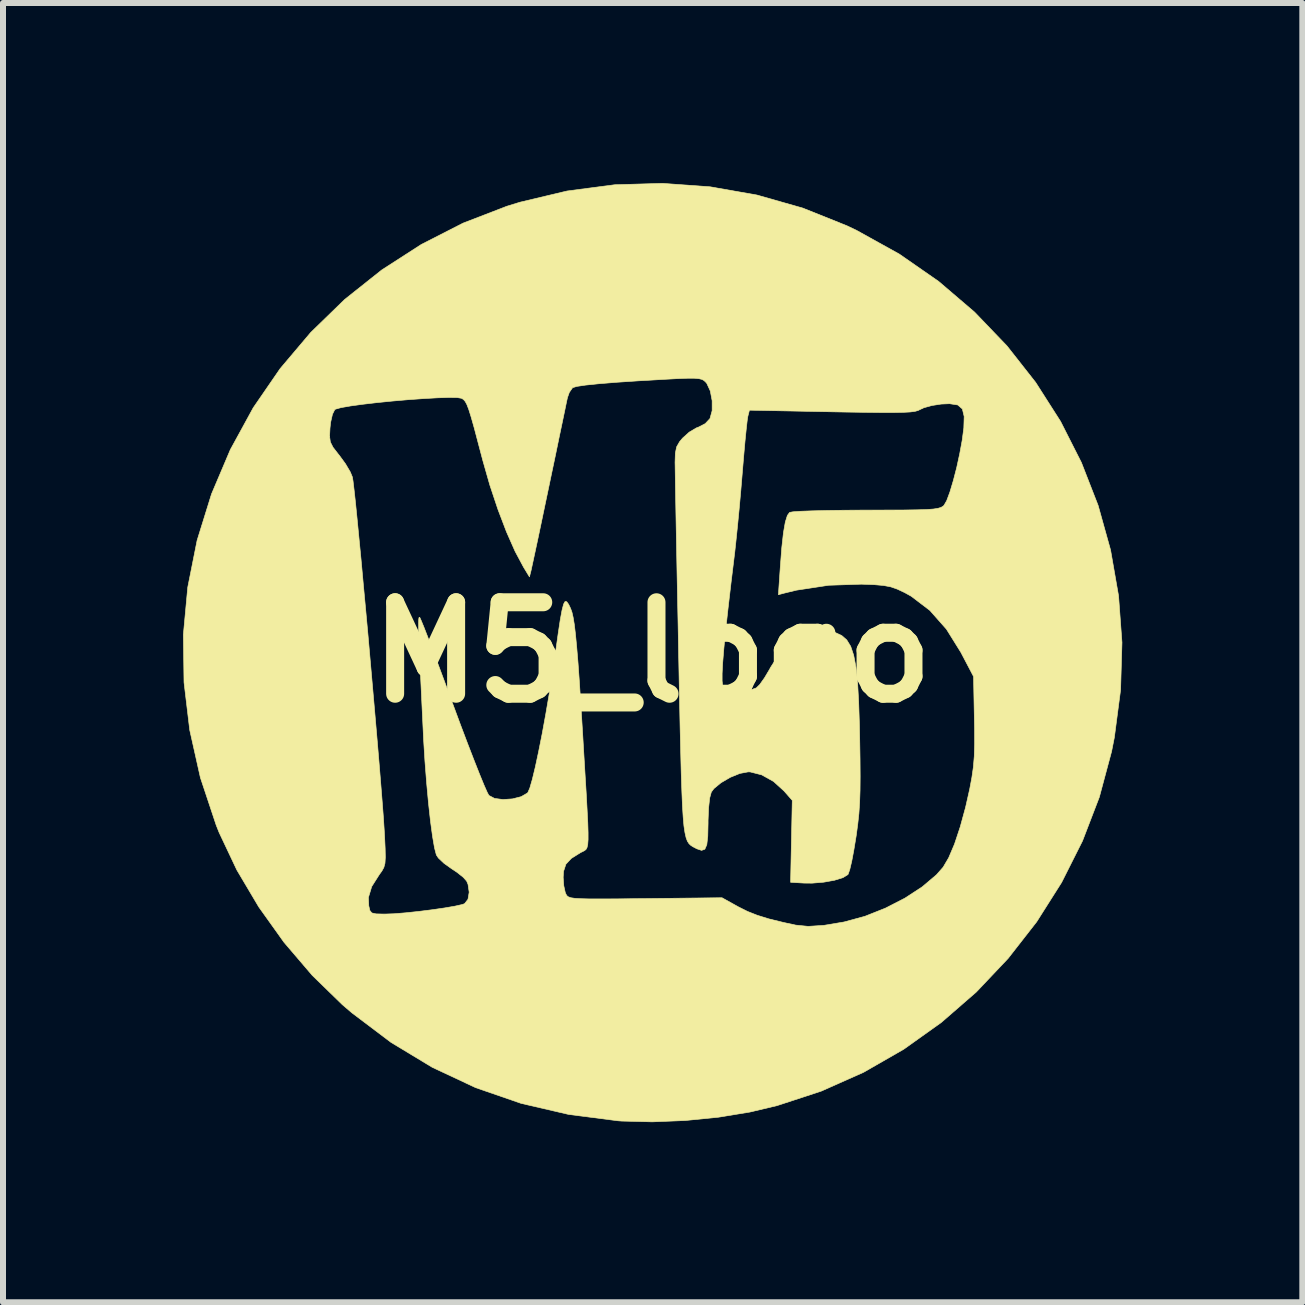
<source format=kicad_pcb>
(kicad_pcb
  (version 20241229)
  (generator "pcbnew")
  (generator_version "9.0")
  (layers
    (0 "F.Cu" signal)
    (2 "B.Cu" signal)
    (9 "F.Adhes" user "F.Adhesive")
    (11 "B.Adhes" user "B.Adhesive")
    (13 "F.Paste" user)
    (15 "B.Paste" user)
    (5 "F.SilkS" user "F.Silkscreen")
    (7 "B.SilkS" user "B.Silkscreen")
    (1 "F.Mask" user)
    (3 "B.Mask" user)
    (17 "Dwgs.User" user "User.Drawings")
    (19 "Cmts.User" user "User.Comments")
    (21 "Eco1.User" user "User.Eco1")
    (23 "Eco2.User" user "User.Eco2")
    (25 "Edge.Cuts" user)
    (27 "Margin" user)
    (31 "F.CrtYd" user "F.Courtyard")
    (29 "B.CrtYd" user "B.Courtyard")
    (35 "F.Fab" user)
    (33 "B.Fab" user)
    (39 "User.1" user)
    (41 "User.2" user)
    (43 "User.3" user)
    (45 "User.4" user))
  (footprint "M5_logo"
    (layer "F.Cu")
    (at 7.815 7.819)
    (property "Reference" "M5_logo" (at 0 0 0) (layer "F.SilkS") (effects (font (size 1.524 1.524) (thickness 0.3))))
    (attr through_hole)
    (fp_poly (pts (xy 0.965 -7.757) (xy 1.745 -7.62) (xy 2.508 -7.403) (xy 3.247 -7.107) (xy 3.408 -7.03) (xy 4.118 -6.636) (xy 4.773 -6.181) (xy 5.372 -5.669) (xy 5.912 -5.106) (xy 6.39 -4.498) (xy 6.805 -3.848) (xy 7.152 -3.163) (xy 7.431 -2.447) (xy 7.638 -1.705) (xy 7.771 -0.942) (xy 7.828 -0.164) (xy 7.805 0.624) (xy 7.701 1.418) (xy 7.655 1.651) (xy 7.451 2.411) (xy 7.171 3.14) (xy 6.822 3.834) (xy 6.407 4.489) (xy 5.931 5.099) (xy 5.4 5.66) (xy 4.818 6.166) (xy 4.191 6.613) (xy 3.522 6.997) (xy 2.816 7.311) (xy 2.08 7.552) (xy 1.628 7.659) (xy 1.103 7.745) (xy 0.55 7.8) (xy 0.002 7.822) (xy -0.509 7.809) (xy -0.572 7.804) (xy -1.392 7.698) (xy -2.183 7.514) (xy -2.941 7.252) (xy -3.664 6.913) (xy -4.352 6.497) (xy -5.002 6.006) (xy -5.16 5.871) (xy -5.663 5.381) (xy -6.132 4.832) (xy -6.554 4.241) (xy -6.919 3.626) (xy -7.214 3.002) (xy -7.263 2.879) (xy -7.526 2.088) (xy -7.704 1.294) (xy -7.799 0.499) (xy -7.81 -0.295) (xy -7.737 -1.084) (xy -7.581 -1.866) (xy -7.341 -2.638) (xy -7.027 -3.378) (xy -6.906 -3.599) (xy -5.374 -3.599) (xy -5.361 -3.504) (xy -5.317 -3.417) (xy -5.231 -3.306) (xy -5.21 -3.28) (xy -5.11 -3.143) (xy -5.029 -3.006) (xy -4.994 -2.921) (xy -4.983 -2.854) (xy -4.966 -2.712) (xy -4.943 -2.502) (xy -4.916 -2.233) (xy -4.885 -1.913) (xy -4.85 -1.552) (xy -4.814 -1.157) (xy -4.775 -0.737) (xy -4.735 -0.301) (xy -4.696 0.144) (xy -4.657 0.588) (xy -4.619 1.023) (xy -4.583 1.441) (xy -4.55 1.833) (xy -4.521 2.19) (xy -4.496 2.505) (xy -4.476 2.768) (xy -4.463 2.972) (xy -4.458 3.057) (xy -4.448 3.269) (xy -4.445 3.415) (xy -4.451 3.514) (xy -4.47 3.584) (xy -4.503 3.644) (xy -4.544 3.7) (xy -4.672 3.902) (xy -4.727 4.084) (xy -4.721 4.222) (xy -4.703 4.3) (xy -4.67 4.341) (xy -4.6 4.357) (xy -4.471 4.36) (xy -4.452 4.36) (xy -4.301 4.355) (xy -4.106 4.339) (xy -3.888 4.316) (xy -3.665 4.288) (xy -3.458 4.258) (xy -3.284 4.228) (xy -3.164 4.201) (xy -3.125 4.187) (xy -3.068 4.114) (xy -3.048 3.996) (xy -3.067 3.866) (xy -3.09 3.811) (xy -3.147 3.747) (xy -3.253 3.663) (xy -3.345 3.602) (xy -3.468 3.514) (xy -3.561 3.426) (xy -3.595 3.375) (xy -3.626 3.256) (xy -3.659 3.063) (xy -3.693 2.811) (xy -3.726 2.51) (xy -3.757 2.174) (xy -3.785 1.814) (xy -3.808 1.443) (xy -3.813 1.333) (xy -3.835 0.876) (xy -3.853 0.496) (xy -3.868 0.186) (xy -3.878 -0.059) (xy -3.886 -0.248) (xy -3.89 -0.387) (xy -3.891 -0.484) (xy -3.889 -0.544) (xy -3.885 -0.576) (xy -3.878 -0.585) (xy -3.871 -0.582) (xy -3.85 -0.536) (xy -3.802 -0.42) (xy -3.733 -0.242) (xy -3.645 -0.012) (xy -3.543 0.26) (xy -3.429 0.566) (xy -3.315 0.877) (xy -3.192 1.209) (xy -3.075 1.518) (xy -2.968 1.795) (xy -2.875 2.03) (xy -2.8 2.213) (xy -2.746 2.335) (xy -2.719 2.384) (xy -2.626 2.433) (xy -2.485 2.452) (xy -2.327 2.441) (xy -2.182 2.404) (xy -2.079 2.344) (xy -2.07 2.334) (xy -2.038 2.261) (xy -1.996 2.116) (xy -1.946 1.909) (xy -1.891 1.652) (xy -1.832 1.357) (xy -1.773 1.034) (xy -1.715 0.695) (xy -1.66 0.351) (xy -1.611 0.013) (xy -1.609 0) (xy -1.566 -0.309) (xy -1.531 -0.541) (xy -1.501 -0.704) (xy -1.475 -0.804) (xy -1.45 -0.848) (xy -1.423 -0.844) (xy -1.391 -0.8) (xy -1.358 -0.731) (xy -1.336 -0.67) (xy -1.316 -0.583) (xy -1.296 -0.462) (xy -1.277 -0.301) (xy -1.257 -0.093) (xy -1.235 0.17) (xy -1.212 0.493) (xy -1.187 0.884) (xy -1.158 1.35) (xy -1.144 1.587) (xy -1.119 2.007) (xy -1.098 2.35) (xy -1.083 2.625) (xy -1.072 2.84) (xy -1.067 3.002) (xy -1.067 3.119) (xy -1.073 3.2) (xy -1.085 3.253) (xy -1.103 3.285) (xy -1.128 3.304) (xy -1.159 3.32) (xy -1.192 3.336) (xy -1.347 3.433) (xy -1.437 3.53) (xy -1.476 3.649) (xy -1.482 3.749) (xy -1.472 3.888) (xy -1.447 4.002) (xy -1.435 4.029) (xy -1.42 4.054) (xy -1.396 4.073) (xy -1.355 4.088) (xy -1.288 4.098) (xy -1.185 4.104) (xy -1.038 4.108) (xy -0.836 4.108) (xy -0.57 4.107) (xy -0.233 4.103) (xy -0.112 4.102) (xy 1.164 4.088) (xy 1.439 4.241) (xy 1.589 4.316) (xy 1.751 4.38) (xy 1.944 4.44) (xy 2.189 4.5) (xy 2.392 4.544) (xy 2.6 4.565) (xy 2.863 4.548) (xy 3.191 4.493) (xy 3.205 4.49) (xy 3.546 4.397) (xy 3.888 4.261) (xy 4.213 4.094) (xy 4.502 3.905) (xy 4.738 3.705) (xy 4.848 3.58) (xy 4.941 3.422) (xy 5.038 3.194) (xy 5.133 2.908) (xy 5.223 2.579) (xy 5.291 2.278) (xy 5.327 2.086) (xy 5.352 1.912) (xy 5.367 1.733) (xy 5.373 1.527) (xy 5.372 1.271) (xy 5.369 1.114) (xy 5.355 0.402) (xy 5.144 0) (xy 4.903 -0.387) (xy 4.627 -0.699) (xy 4.317 -0.935) (xy 4.207 -0.996) (xy 4.086 -1.053) (xy 3.978 -1.091) (xy 3.858 -1.114) (xy 3.701 -1.128) (xy 3.487 -1.136) (xy 2.942 -1.118) (xy 2.403 -1.036) (xy 2.206 -0.988) (xy 2.104 -0.961) (xy 2.135 -1.415) (xy 2.16 -1.743) (xy 2.188 -1.994) (xy 2.219 -2.171) (xy 2.254 -2.283) (xy 2.291 -2.332) (xy 2.347 -2.342) (xy 2.476 -2.351) (xy 2.668 -2.358) (xy 2.911 -2.364) (xy 3.193 -2.368) (xy 3.503 -2.37) (xy 3.567 -2.37) (xy 3.921 -2.371) (xy 4.201 -2.372) (xy 4.415 -2.375) (xy 4.573 -2.38) (xy 4.686 -2.388) (xy 4.763 -2.4) (xy 4.813 -2.415) (xy 4.847 -2.435) (xy 4.863 -2.45) (xy 4.908 -2.528) (xy 4.961 -2.671) (xy 5.018 -2.861) (xy 5.075 -3.081) (xy 5.125 -3.311) (xy 5.166 -3.534) (xy 5.192 -3.732) (xy 5.193 -3.737) (xy 5.199 -3.93) (xy 5.169 -4.055) (xy 5.092 -4.122) (xy 4.955 -4.143) (xy 4.816 -4.137) (xy 4.662 -4.113) (xy 4.528 -4.076) (xy 4.468 -4.048) (xy 4.431 -4.03) (xy 4.378 -4.015) (xy 4.299 -4.005) (xy 4.185 -3.999) (xy 4.028 -3.996) (xy 3.817 -3.996) (xy 3.545 -3.999) (xy 3.201 -4.004) (xy 2.994 -4.008) (xy 1.621 -4.035) (xy 1.594 -3.929) (xy 1.583 -3.854) (xy 1.567 -3.71) (xy 1.547 -3.512) (xy 1.526 -3.275) (xy 1.504 -3.014) (xy 1.503 -3.001) (xy 1.478 -2.701) (xy 1.45 -2.389) (xy 1.421 -2.089) (xy 1.394 -1.828) (xy 1.377 -1.672) (xy 1.314 -1.154) (xy 1.263 -0.715) (xy 1.223 -0.35) (xy 1.194 -0.053) (xy 1.175 0.18) (xy 1.166 0.354) (xy 1.166 0.475) (xy 1.174 0.547) (xy 1.185 0.571) (xy 1.261 0.61) (xy 1.388 0.632) (xy 1.534 0.634) (xy 1.669 0.616) (xy 1.736 0.592) (xy 1.793 0.536) (xy 1.872 0.425) (xy 1.957 0.282) (xy 1.972 0.253) (xy 2.15 -0.025) (xy 2.347 -0.222) (xy 2.566 -0.337) (xy 2.807 -0.371) (xy 2.928 -0.359) (xy 3.054 -0.329) (xy 3.158 -0.281) (xy 3.242 -0.208) (xy 3.308 -0.101) (xy 3.358 0.048) (xy 3.396 0.246) (xy 3.423 0.502) (xy 3.441 0.823) (xy 3.454 1.217) (xy 3.458 1.418) (xy 3.464 1.777) (xy 3.466 2.067) (xy 3.464 2.304) (xy 3.457 2.505) (xy 3.445 2.685) (xy 3.426 2.861) (xy 3.401 3.048) (xy 3.396 3.079) (xy 3.361 3.292) (xy 3.326 3.478) (xy 3.293 3.618) (xy 3.266 3.695) (xy 3.262 3.702) (xy 3.18 3.753) (xy 3.037 3.797) (xy 2.858 3.829) (xy 2.666 3.845) (xy 2.533 3.844) (xy 2.307 3.831) (xy 2.321 3.148) (xy 2.335 2.466) (xy 2.198 2.31) (xy 2.023 2.151) (xy 1.826 2.041) (xy 1.634 1.992) (xy 1.6 1.991) (xy 1.462 2.017) (xy 1.302 2.082) (xy 1.148 2.172) (xy 1.03 2.269) (xy 0.986 2.328) (xy 0.959 2.426) (xy 0.941 2.589) (xy 0.932 2.798) (xy 0.932 2.848) (xy 0.927 3.064) (xy 0.911 3.204) (xy 0.878 3.28) (xy 0.824 3.299) (xy 0.743 3.272) (xy 0.723 3.261) (xy 0.681 3.239) (xy 0.646 3.217) (xy 0.615 3.188) (xy 0.588 3.147) (xy 0.566 3.088) (xy 0.547 3.004) (xy 0.53 2.891) (xy 0.517 2.742) (xy 0.505 2.55) (xy 0.495 2.311) (xy 0.485 2.019) (xy 0.476 1.666) (xy 0.466 1.248) (xy 0.456 0.759) (xy 0.445 0.192) (xy 0.442 0.055) (xy 0.433 -0.445) (xy 0.423 -0.926) (xy 0.414 -1.381) (xy 0.406 -1.801) (xy 0.399 -2.179) (xy 0.393 -2.507) (xy 0.388 -2.779) (xy 0.385 -2.986) (xy 0.383 -3.12) (xy 0.382 -3.163) (xy 0.387 -3.319) (xy 0.408 -3.423) (xy 0.457 -3.509) (xy 0.507 -3.569) (xy 0.618 -3.669) (xy 0.74 -3.741) (xy 0.771 -3.752) (xy 0.885 -3.811) (xy 0.964 -3.896) (xy 1 -4.027) (xy 1 -4.192) (xy 0.969 -4.355) (xy 0.911 -4.481) (xy 0.892 -4.503) (xy 0.864 -4.529) (xy 0.83 -4.548) (xy 0.78 -4.56) (xy 0.704 -4.567) (xy 0.59 -4.567) (xy 0.428 -4.561) (xy 0.207 -4.549) (xy -0.083 -4.532) (xy -0.227 -4.524) (xy -0.589 -4.5) (xy -0.884 -4.476) (xy -1.108 -4.453) (xy -1.256 -4.431) (xy -1.324 -4.41) (xy -1.325 -4.41) (xy -1.38 -4.331) (xy -1.411 -4.243) (xy -1.426 -4.174) (xy -1.455 -4.033) (xy -1.497 -3.832) (xy -1.55 -3.58) (xy -1.61 -3.289) (xy -1.677 -2.971) (xy -1.712 -2.803) (xy -1.781 -2.475) (xy -1.845 -2.169) (xy -1.902 -1.898) (xy -1.951 -1.67) (xy -1.988 -1.498) (xy -2.011 -1.393) (xy -2.016 -1.368) (xy -2.044 -1.258) (xy -2.144 -1.423) (xy -2.283 -1.683) (xy -2.427 -2.009) (xy -2.569 -2.382) (xy -2.703 -2.784) (xy -2.82 -3.194) (xy -2.902 -3.504) (xy -2.965 -3.743) (xy -3.015 -3.919) (xy -3.054 -4.044) (xy -3.086 -4.128) (xy -3.114 -4.18) (xy -3.142 -4.212) (xy -3.173 -4.232) (xy -3.175 -4.233) (xy -3.246 -4.245) (xy -3.385 -4.247) (xy -3.577 -4.241) (xy -3.807 -4.228) (xy -4.062 -4.21) (xy -4.326 -4.187) (xy -4.585 -4.161) (xy -4.824 -4.133) (xy -5.028 -4.105) (xy -5.182 -4.078) (xy -5.272 -4.053) (xy -5.287 -4.045) (xy -5.326 -3.967) (xy -5.356 -3.835) (xy -5.367 -3.737) (xy -5.374 -3.599) (xy -6.906 -3.599) (xy -6.646 -4.075) (xy -6.197 -4.728) (xy -5.687 -5.331) (xy -5.121 -5.881) (xy -4.505 -6.371) (xy -3.846 -6.796) (xy -3.149 -7.152) (xy -2.42 -7.433) (xy -2.202 -7.5) (xy -1.417 -7.687) (xy -0.623 -7.791) (xy 0.173 -7.814) (xy 0.965 -7.757)) (stroke (width 0.01) (type solid)) (fill yes) (layer "F.SilkS")))
  (gr_rect
    (start -3 -3)
    (end 18.648 18.647)
    (stroke (width 0.1) (type default))
    (fill no)
    (layer "Edge.Cuts")))
</source>
